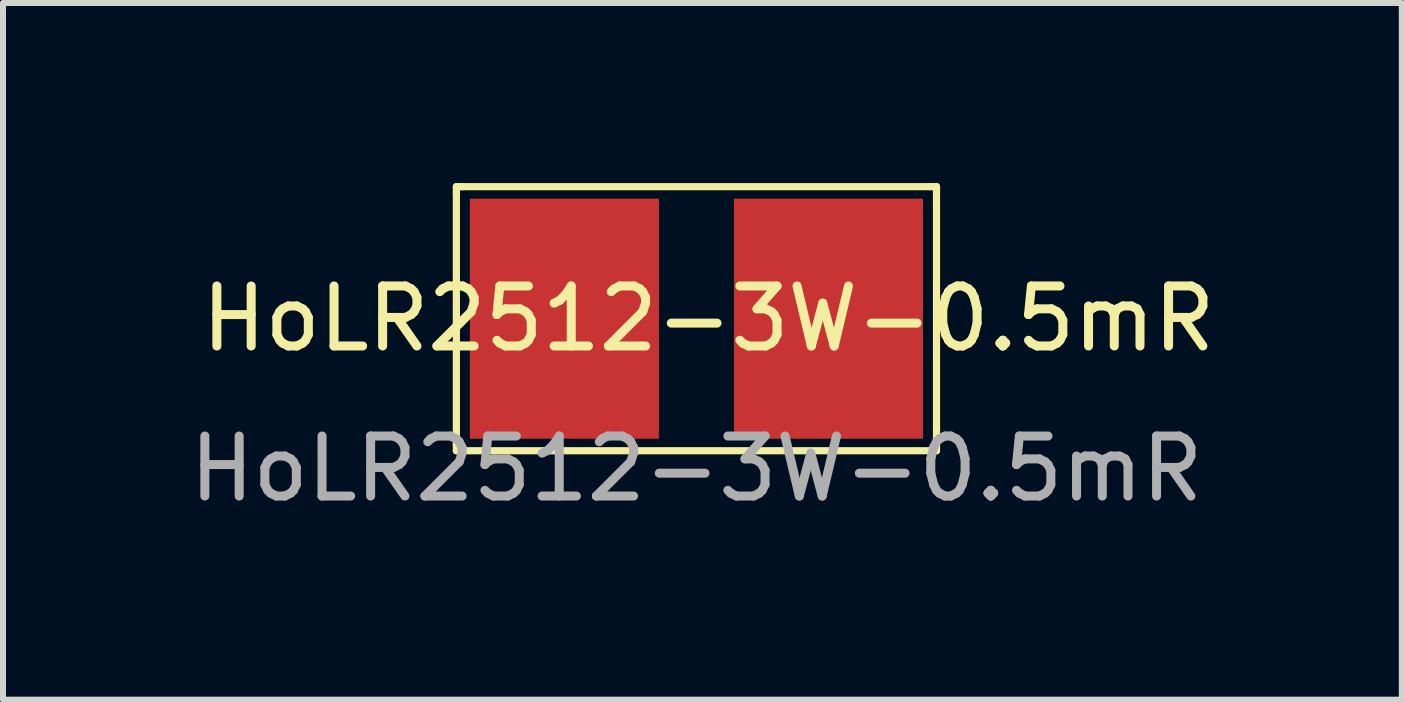
<source format=kicad_pcb>
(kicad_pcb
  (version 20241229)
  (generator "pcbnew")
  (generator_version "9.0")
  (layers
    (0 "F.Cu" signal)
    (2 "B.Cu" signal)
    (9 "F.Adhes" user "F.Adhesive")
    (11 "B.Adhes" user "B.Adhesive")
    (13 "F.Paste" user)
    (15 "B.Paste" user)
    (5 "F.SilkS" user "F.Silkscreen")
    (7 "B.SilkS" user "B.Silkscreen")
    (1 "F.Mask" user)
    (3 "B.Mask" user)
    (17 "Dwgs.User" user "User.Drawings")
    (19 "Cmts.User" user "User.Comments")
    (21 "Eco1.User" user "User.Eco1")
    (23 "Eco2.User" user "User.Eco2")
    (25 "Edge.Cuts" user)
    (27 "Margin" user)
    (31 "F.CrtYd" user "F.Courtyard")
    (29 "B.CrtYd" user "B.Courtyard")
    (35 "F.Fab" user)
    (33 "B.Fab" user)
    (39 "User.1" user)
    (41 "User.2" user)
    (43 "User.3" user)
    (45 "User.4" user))
  (footprint "HoLR2512-3W-0.5mR"
    (layer "F.Cu")
    (at 8.554 2.26)
    (property "Reference" "HoLR2512-3W-0.5mR" (at 0.2 0 0) (unlocked yes) (layer "F.SilkS") (effects (font (size 1 1) (thickness 0.15))))
    (attr smd)
    (fp_line (start -4 -2.2) (end -3.9 -2.2) (stroke (width 0.12) (type default)) (layer "F.SilkS"))
    (fp_line (start -4 -2.1) (end -4 -2.2) (stroke (width 0.12) (type default)) (layer "F.SilkS"))
    (fp_line (start -4 2.1) (end -4 -2.1) (stroke (width 0.12) (type default)) (layer "F.SilkS"))
    (fp_line (start -4 2.1) (end -4 2.2) (stroke (width 0.12) (type default)) (layer "F.SilkS"))
    (fp_line (start -4 2.2) (end -3.9 2.2) (stroke (width 0.12) (type default)) (layer "F.SilkS"))
    (fp_line (start -3.9 -2.2) (end 3.9 -2.2) (stroke (width 0.12) (type default)) (layer "F.SilkS"))
    (fp_line (start 3.9 -2.2) (end 4 -2.2) (stroke (width 0.12) (type default)) (layer "F.SilkS"))
    (fp_line (start 3.9 2.2) (end -3.9 2.2) (stroke (width 0.12) (type default)) (layer "F.SilkS"))
    (fp_line (start 4 -2.2) (end 4 -2.1) (stroke (width 0.12) (type default)) (layer "F.SilkS"))
    (fp_line (start 4 -2.1) (end 4 2.1) (stroke (width 0.12) (type default)) (layer "F.SilkS"))
    (fp_line (start 4 2.1) (end 4 2.2) (stroke (width 0.12) (type default)) (layer "F.SilkS"))
    (fp_line (start 4 2.2) (end 3.9 2.2) (stroke (width 0.12) (type default)) (layer "F.SilkS"))
    (fp_text user "${REFERENCE}" (at 0 2.5 0) (unlocked yes) (layer "F.Fab") (effects (font (size 1 1) (thickness 0.15))))
    (pad "1" smd rect (at -2.2 0) (size 3.15 4) (layers "F.Cu" "F.Mask" "F.Paste"))
    (pad "2" smd rect (at 2.2 0) (size 3.15 4) (layers "F.Cu" "F.Mask" "F.Paste")))
  (gr_rect
    (start -3 -3)
    (end 20.307 8.608)
    (stroke (width 0.1) (type default))
    (fill no)
    (layer "Edge.Cuts")))
</source>
